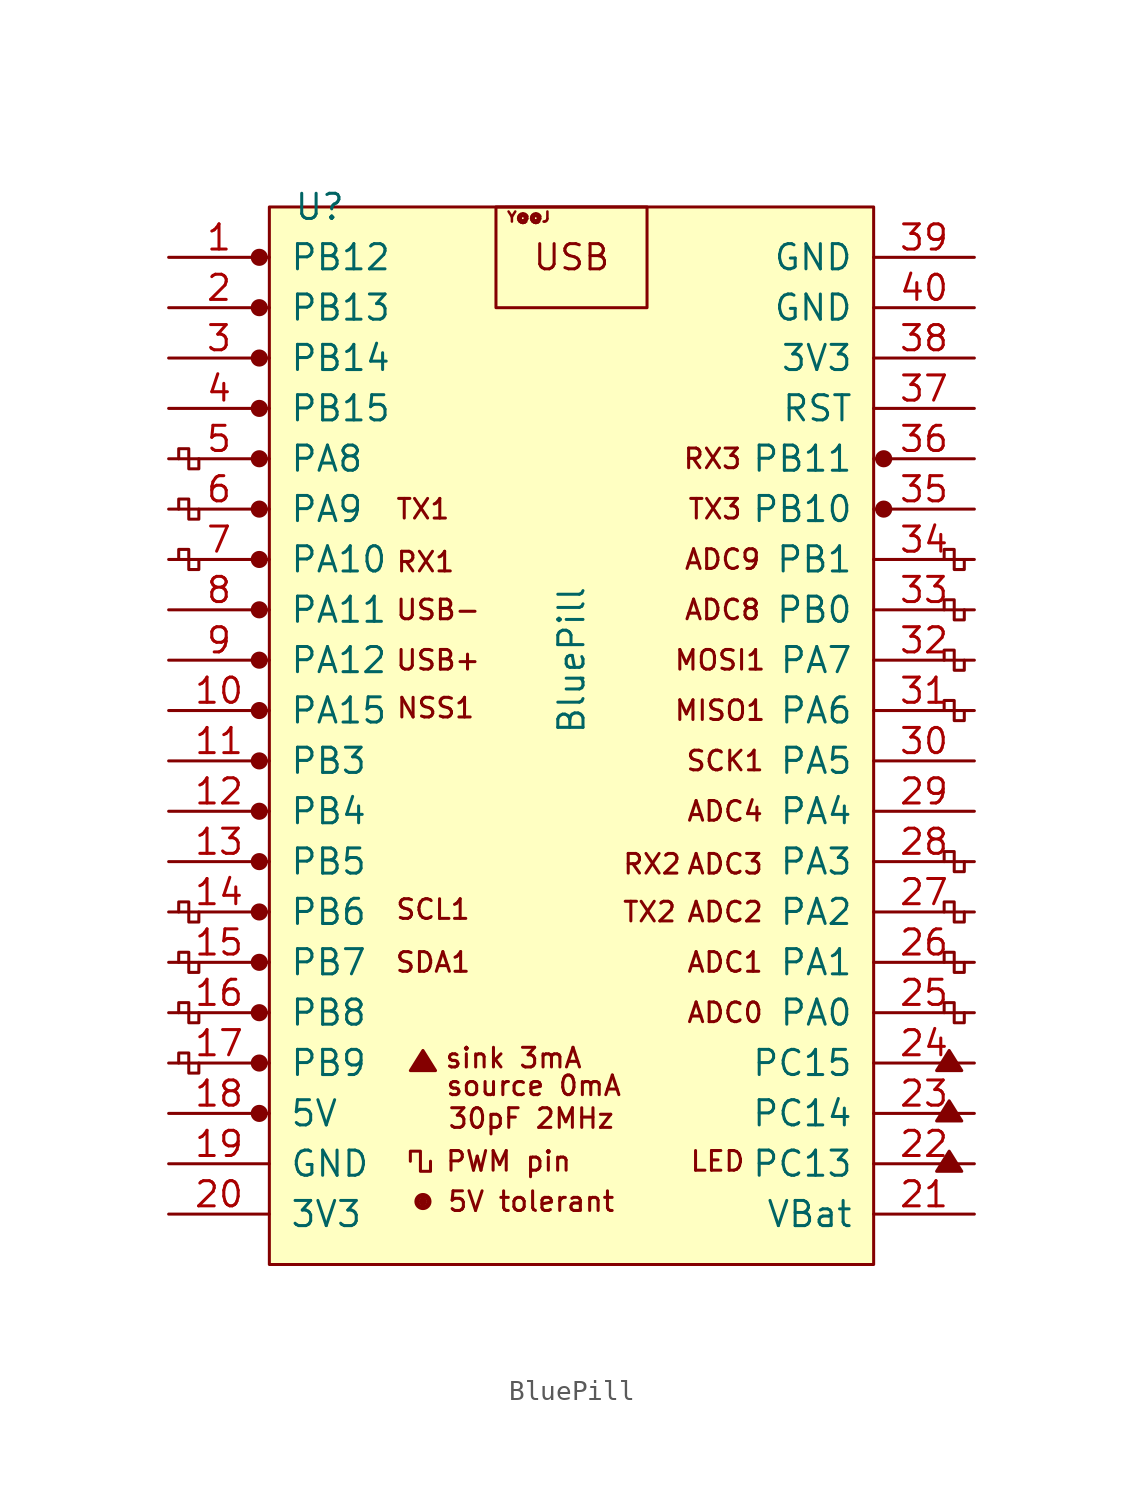
<source format=kicad_sym>
(kicad_symbol_lib
  (version 20211014)
  (generator kicad_symbol_editor)
  (symbol "BluePill"
    (pin_names
      (offset 1.016))
    (property "Reference" "U"
      (at -12.7 25.4 0)
      (effects (font (size 1.27 1.27))))
    (property "Value" "BluePill"
      (at 0 2.54 90)
      (effects (font (size 1.27 1.27))))
    (symbol "BluePill_0_0"
      (circle (center -15.748 -20.32) (radius 0.356) (stroke (width 0) (type default) (color 0 0 0 0)) (fill (type outline)))
      (circle (center -15.748 -17.78) (radius 0.356) (stroke (width 0) (type default) (color 0 0 0 0)) (fill (type outline)))
      (circle (center -15.748 -15.24) (radius 0.356) (stroke (width 0) (type default) (color 0 0 0 0)) (fill (type outline)))
      (circle (center -15.748 -12.7) (radius 0.356) (stroke (width 0) (type default) (color 0 0 0 0)) (fill (type outline)))
      (circle (center -15.748 -10.16) (radius 0.356) (stroke (width 0) (type default) (color 0 0 0 0)) (fill (type outline)))
      (circle (center -15.748 -7.62) (radius 0.356) (stroke (width 0) (type default) (color 0 0 0 0)) (fill (type outline)))
      (circle (center -15.748 -5.08) (radius 0.356) (stroke (width 0) (type default) (color 0 0 0 0)) (fill (type outline)))
      (circle (center -15.748 -2.54) (radius 0.356) (stroke (width 0) (type default) (color 0 0 0 0)) (fill (type outline)))
      (circle (center -15.748 0) (radius 0.356) (stroke (width 0) (type default) (color 0 0 0 0)) (fill (type outline)))
      (circle (center -15.748 2.54) (radius 0.356) (stroke (width 0) (type default) (color 0 0 0 0)) (fill (type outline)))
      (circle (center -15.748 5.08) (radius 0.356) (stroke (width 0) (type default) (color 0 0 0 0)) (fill (type outline)))
      (circle (center -15.748 7.62) (radius 0.356) (stroke (width 0) (type default) (color 0 0 0 0)) (fill (type outline)))
      (circle (center -15.748 10.16) (radius 0.356) (stroke (width 0) (type default) (color 0 0 0 0)) (fill (type outline)))
      (circle (center -15.748 12.7) (radius 0.356) (stroke (width 0) (type default) (color 0 0 0 0)) (fill (type outline)))
      (circle (center -15.748 15.24) (radius 0.356) (stroke (width 0) (type default) (color 0 0 0 0)) (fill (type outline)))
      (circle (center -15.748 17.78) (radius 0.356) (stroke (width 0) (type default) (color 0 0 0 0)) (fill (type outline)))
      (circle (center -15.748 22.86) (radius 0.356) (stroke (width 0) (type default) (color 0 0 0 0)) (fill (type outline)))
      (circle (center -7.493 -24.765) (radius 0.127) (stroke (width 0) (type default) (color 0 0 0 0)) (fill (type outline)))
      (circle (center -7.493 -24.765) (radius 0.254) (stroke (width 0) (type default) (color 0 0 0 0)) (fill (type none)))
      (circle (center -7.493 -24.765) (radius 0.356) (stroke (width 0) (type default) (color 0 0 0 0)) (fill (type none)))
      (polyline (pts (xy -8.128 -18.161) (xy -7.493 -17.145) (xy -6.858 -18.161) (xy -8.128 -18.161) (xy -7.493 -17.272) (xy -6.985 -18.161) (xy -8.001 -18.034) (xy -7.493 -17.399) (xy -7.112 -18.161) (xy -7.874 -17.907) (xy -7.366 -17.526) (xy -7.239 -18.161) (xy -7.747 -17.78) (xy -7.239 -17.653) (xy -7.366 -18.034) (xy -7.62 -17.78) (xy -7.366 -17.907) (xy -7.493 -17.653)) (stroke (width 0) (type default) (color 0 0 0 0)) (fill (type none)))
      (polyline (pts (xy 18.415 -23.241) (xy 19.05 -22.225) (xy 19.685 -23.241) (xy 18.415 -23.241) (xy 19.05 -22.352) (xy 19.558 -23.241) (xy 18.542 -23.114) (xy 19.05 -22.479) (xy 19.431 -23.241) (xy 18.669 -22.987) (xy 19.177 -22.606) (xy 19.304 -23.241) (xy 18.796 -22.86) (xy 19.304 -22.733) (xy 19.177 -23.114) (xy 18.923 -22.86) (xy 19.177 -22.987) (xy 19.05 -22.733)) (stroke (width 0) (type default) (color 0 0 0 0)) (fill (type none)))
      (polyline (pts (xy 18.415 -20.701) (xy 19.05 -19.685) (xy 19.685 -20.701) (xy 18.415 -20.701) (xy 19.05 -19.812) (xy 19.558 -20.701) (xy 18.542 -20.574) (xy 19.05 -19.939) (xy 19.431 -20.701) (xy 18.669 -20.447) (xy 19.177 -20.066) (xy 19.304 -20.701) (xy 18.796 -20.32) (xy 19.304 -20.193) (xy 19.177 -20.574) (xy 18.923 -20.32) (xy 19.177 -20.447) (xy 19.05 -20.193)) (stroke (width 0) (type default) (color 0 0 0 0)) (fill (type none)))
      (polyline (pts (xy 18.415 -18.161) (xy 19.05 -17.145) (xy 19.685 -18.161) (xy 18.415 -18.161) (xy 19.05 -17.272) (xy 19.558 -18.161) (xy 18.542 -18.034) (xy 19.05 -17.399) (xy 19.431 -18.161) (xy 18.669 -17.907) (xy 19.177 -17.526) (xy 19.304 -18.161) (xy 18.796 -17.78) (xy 19.304 -17.653) (xy 19.177 -18.034) (xy 18.923 -17.78) (xy 19.177 -17.907) (xy 19.05 -17.653)) (stroke (width 0) (type default) (color 0 0 0 0)) (fill (type none)))
      (circle (center 15.748 10.16) (radius 0.254) (stroke (width 0) (type default) (color 0 0 0 0)) (fill (type outline)))
      (circle (center 15.748 10.16) (radius 0.356) (stroke (width 0) (type default) (color 0 0 0 0)) (fill (type none)))
      (circle (center 15.748 12.7) (radius 0.254) (stroke (width 0) (type default) (color 0 0 0 0)) (fill (type outline)))
      (circle (center 15.748 12.7) (radius 0.356) (stroke (width 0) (type default) (color 0 0 0 0)) (fill (type none)))
      (text "30pF 2MHz" (at -2.032 -20.574 0) (effects (font (size 0.991 0.991))))
      (text "5V tolerant" (at -2.032 -24.765 0) (effects (font (size 0.991 0.991))))
      (text "ADC0" (at 7.747 -15.24 0) (effects (font (size 0.991 0.991))))
      (text "ADC1" (at 7.747 -12.7 0) (effects (font (size 0.991 0.991))))
      (text "ADC2" (at 7.747 -10.16 0) (effects (font (size 0.991 0.991))))
      (text "ADC3" (at 7.747 -7.747 0) (effects (font (size 0.991 0.991))))
      (text "ADC4" (at 7.747 -5.08 0) (effects (font (size 0.991 0.991))))
      (text "ADC8" (at 7.62 5.08 0) (effects (font (size 0.991 0.991))))
      (text "ADC9" (at 7.62 7.62 0) (effects (font (size 0.991 0.991))))
      (text "LED" (at 7.366 -22.733 0) (effects (font (size 0.991 0.991))))
      (text "MISO1" (at 7.493 0 0) (effects (font (size 0.991 0.991))))
      (text "MOSI1" (at 7.493 2.54 0) (effects (font (size 0.991 0.991))))
      (text "NSS1" (at -6.858 0.127 0) (effects (font (size 0.991 0.991))))
      (text "PWM pin" (at -3.175 -22.733 0) (effects (font (size 0.991 0.991))))
      (text "RX1" (at -7.366 7.493 0) (effects (font (size 0.991 0.991))))
      (text "RX2" (at 4.064 -7.747 0) (effects (font (size 0.991 0.991))))
      (text "RX3" (at 7.112 12.7 0) (effects (font (size 0.991 0.991))))
      (text "SCK1" (at 7.747 -2.54 0) (effects (font (size 0.991 0.991))))
      (text "SCL1" (at -6.985 -10.033 0) (effects (font (size 0.991 0.991))))
      (text "SDA1" (at -6.985 -12.7 0) (effects (font (size 0.991 0.991))))
      (text "sink 3mA" (at -2.921 -17.526 0) (effects (font (size 0.991 0.991))))
      (text "source 0mA" (at -1.905 -18.923 0) (effects (font (size 0.991 0.991))))
      (text "TX1" (at -7.493 10.16 0) (effects (font (size 0.991 0.991))))
      (text "TX2" (at 3.937 -10.16 0) (effects (font (size 0.991 0.991))))
      (text "TX3" (at 7.239 10.16 0) (effects (font (size 0.991 0.991))))
      (text "USB" (at 0 22.86 0) (effects (font (size 1.27 1.27))))
      (text "USB+" (at -6.731 2.54 0) (effects (font (size 0.991 0.991))))
      (text "USB-" (at -6.731 5.08 0) (effects (font (size 0.991 0.991))))
      (text "Y@@J" (at -2.159 24.892 0) (effects (font (size 0.508 0.508)))))
    (symbol "BluePill_0_1"
      (rectangle (start -15.24 25.4) (end 15.24 -27.94) (stroke (width 0) (type default) (color 0 0 0 0)) (fill (type background)))
      (polyline (pts (xy -18.796 -17.78) (xy -18.796 -18.288) (xy -19.304 -18.288) (xy -19.304 -17.272) (xy -19.812 -17.272) (xy -19.812 -17.78)) (stroke (width 0) (type default) (color 0 0 0 0)) (fill (type none)))
      (polyline (pts (xy -18.796 -15.24) (xy -18.796 -15.748) (xy -19.304 -15.748) (xy -19.304 -14.732) (xy -19.812 -14.732) (xy -19.812 -15.24)) (stroke (width 0) (type default) (color 0 0 0 0)) (fill (type none)))
      (polyline (pts (xy -18.796 -12.7) (xy -18.796 -13.208) (xy -19.304 -13.208) (xy -19.304 -12.192) (xy -19.812 -12.192) (xy -19.812 -12.7)) (stroke (width 0) (type default) (color 0 0 0 0)) (fill (type none)))
      (polyline (pts (xy -18.796 -10.16) (xy -18.796 -10.668) (xy -19.304 -10.668) (xy -19.304 -9.652) (xy -19.812 -9.652) (xy -19.812 -10.16)) (stroke (width 0) (type default) (color 0 0 0 0)) (fill (type none)))
      (polyline (pts (xy -18.796 7.62) (xy -18.796 7.112) (xy -19.304 7.112) (xy -19.304 8.128) (xy -19.812 8.128) (xy -19.812 7.62)) (stroke (width 0) (type default) (color 0 0 0 0)) (fill (type none)))
      (polyline (pts (xy -18.796 10.16) (xy -18.796 9.652) (xy -19.304 9.652) (xy -19.304 10.668) (xy -19.812 10.668) (xy -19.812 10.16)) (stroke (width 0) (type default) (color 0 0 0 0)) (fill (type none)))
      (polyline (pts (xy -18.796 12.7) (xy -18.796 12.192) (xy -19.304 12.192) (xy -19.304 13.208) (xy -19.812 13.208) (xy -19.812 12.7)) (stroke (width 0) (type default) (color 0 0 0 0)) (fill (type none)))
      (polyline (pts (xy -7.112 -22.733) (xy -7.112 -23.241) (xy -7.62 -23.241) (xy -7.62 -22.225) (xy -8.128 -22.225) (xy -8.128 -22.733)) (stroke (width 0) (type default) (color 0 0 0 0)) (fill (type none)))
      (polyline (pts (xy 19.812 -15.24) (xy 19.812 -15.748) (xy 19.304 -15.748) (xy 19.304 -14.732) (xy 18.796 -14.732) (xy 18.796 -15.24)) (stroke (width 0) (type default) (color 0 0 0 0)) (fill (type none)))
      (polyline (pts (xy 19.812 -12.7) (xy 19.812 -13.208) (xy 19.304 -13.208) (xy 19.304 -12.192) (xy 18.796 -12.192) (xy 18.796 -12.7)) (stroke (width 0) (type default) (color 0 0 0 0)) (fill (type none)))
      (polyline (pts (xy 19.812 -10.16) (xy 19.812 -10.668) (xy 19.304 -10.668) (xy 19.304 -9.652) (xy 18.796 -9.652) (xy 18.796 -10.16)) (stroke (width 0) (type default) (color 0 0 0 0)) (fill (type none)))
      (polyline (pts (xy 19.812 -7.62) (xy 19.812 -8.128) (xy 19.304 -8.128) (xy 19.304 -7.112) (xy 18.796 -7.112) (xy 18.796 -7.62)) (stroke (width 0) (type default) (color 0 0 0 0)) (fill (type none)))
      (polyline (pts (xy 19.812 0) (xy 19.812 -0.508) (xy 19.304 -0.508) (xy 19.304 0.508) (xy 18.796 0.508) (xy 18.796 0)) (stroke (width 0) (type default) (color 0 0 0 0)) (fill (type none)))
      (polyline (pts (xy 19.812 2.54) (xy 19.812 2.032) (xy 19.304 2.032) (xy 19.304 3.048) (xy 18.796 3.048) (xy 18.796 2.54)) (stroke (width 0) (type default) (color 0 0 0 0)) (fill (type none)))
      (polyline (pts (xy 19.812 5.08) (xy 19.812 4.572) (xy 19.304 4.572) (xy 19.304 5.588) (xy 18.796 5.588) (xy 18.796 5.08)) (stroke (width 0) (type default) (color 0 0 0 0)) (fill (type none)))
      (polyline (pts (xy 19.812 7.62) (xy 19.812 7.112) (xy 19.304 7.112) (xy 19.304 8.128) (xy 18.796 8.128) (xy 18.796 7.62)) (stroke (width 0) (type default) (color 0 0 0 0)) (fill (type none)))
      (rectangle (start 3.81 25.4) (end -3.81 20.32) (stroke (width 0) (type default) (color 0 0 0 0)) (fill (type none))))
    (symbol "BluePill_1_1"
      (circle (center -15.748 20.32) (radius 0.356) (stroke (width 0) (type default) (color 0 0 0 0)) (fill (type outline)))
      (pin bidirectional line (at -20.32 22.86 0) (length 5.08) (name "PB12" (effects (font (size 1.27 1.27)))) (number "1" (effects (font (size 1.27 1.27)))))
      (pin bidirectional line (at -20.32 0 0) (length 5.08) (name "PA15" (effects (font (size 1.27 1.27)))) (number "10" (effects (font (size 1.27 1.27)))))
      (pin bidirectional line (at -20.32 -2.54 0) (length 5.08) (name "PB3" (effects (font (size 1.27 1.27)))) (number "11" (effects (font (size 1.27 1.27)))))
      (pin bidirectional line (at -20.32 -5.08 0) (length 5.08) (name "PB4" (effects (font (size 1.27 1.27)))) (number "12" (effects (font (size 1.27 1.27)))))
      (pin bidirectional line (at -20.32 -7.62 0) (length 5.08) (name "PB5" (effects (font (size 1.27 1.27)))) (number "13" (effects (font (size 1.27 1.27)))))
      (pin bidirectional line (at -20.32 -10.16 0) (length 5.08) (name "PB6" (effects (font (size 1.27 1.27)))) (number "14" (effects (font (size 1.27 1.27)))))
      (pin bidirectional line (at -20.32 -12.7 0) (length 5.08) (name "PB7" (effects (font (size 1.27 1.27)))) (number "15" (effects (font (size 1.27 1.27)))))
      (pin bidirectional line (at -20.32 -15.24 0) (length 5.08) (name "PB8" (effects (font (size 1.27 1.27)))) (number "16" (effects (font (size 1.27 1.27)))))
      (pin bidirectional line (at -20.32 -17.78 0) (length 5.08) (name "PB9" (effects (font (size 1.27 1.27)))) (number "17" (effects (font (size 1.27 1.27)))))
      (pin power_in line (at -20.32 -20.32 0) (length 5.08) (name "5V" (effects (font (size 1.27 1.27)))) (number "18" (effects (font (size 1.27 1.27)))))
      (pin power_in line (at -20.32 -22.86 0) (length 5.08) (name "GND" (effects (font (size 1.27 1.27)))) (number "19" (effects (font (size 1.27 1.27)))))
      (pin bidirectional line (at -20.32 20.32 0) (length 5.08) (name "PB13" (effects (font (size 1.27 1.27)))) (number "2" (effects (font (size 1.27 1.27)))))
      (pin power_in line (at -20.32 -25.4 0) (length 5.08) (name "3V3" (effects (font (size 1.27 1.27)))) (number "20" (effects (font (size 1.27 1.27)))))
      (pin power_in line (at 20.32 -25.4 180) (length 5.08) (name "VBat" (effects (font (size 1.27 1.27)))) (number "21" (effects (font (size 1.27 1.27)))))
      (pin bidirectional line (at 20.32 -22.86 180) (length 5.08) (name "PC13" (effects (font (size 1.27 1.27)))) (number "22" (effects (font (size 1.27 1.27)))))
      (pin bidirectional line (at 20.32 -20.32 180) (length 5.08) (name "PC14" (effects (font (size 1.27 1.27)))) (number "23" (effects (font (size 1.27 1.27)))))
      (pin bidirectional line (at 20.32 -17.78 180) (length 5.08) (name "PC15" (effects (font (size 1.27 1.27)))) (number "24" (effects (font (size 1.27 1.27)))))
      (pin bidirectional line (at 20.32 -15.24 180) (length 5.08) (name "PA0" (effects (font (size 1.27 1.27)))) (number "25" (effects (font (size 1.27 1.27)))))
      (pin bidirectional line (at 20.32 -12.7 180) (length 5.08) (name "PA1" (effects (font (size 1.27 1.27)))) (number "26" (effects (font (size 1.27 1.27)))))
      (pin bidirectional line (at 20.32 -10.16 180) (length 5.08) (name "PA2" (effects (font (size 1.27 1.27)))) (number "27" (effects (font (size 1.27 1.27)))))
      (pin bidirectional line (at 20.32 -7.62 180) (length 5.08) (name "PA3" (effects (font (size 1.27 1.27)))) (number "28" (effects (font (size 1.27 1.27)))))
      (pin bidirectional line (at 20.32 -5.08 180) (length 5.08) (name "PA4" (effects (font (size 1.27 1.27)))) (number "29" (effects (font (size 1.27 1.27)))))
      (pin bidirectional line (at -20.32 17.78 0) (length 5.08) (name "PB14" (effects (font (size 1.27 1.27)))) (number "3" (effects (font (size 1.27 1.27)))))
      (pin bidirectional line (at 20.32 -2.54 180) (length 5.08) (name "PA5" (effects (font (size 1.27 1.27)))) (number "30" (effects (font (size 1.27 1.27)))))
      (pin bidirectional line (at 20.32 0 180) (length 5.08) (name "PA6" (effects (font (size 1.27 1.27)))) (number "31" (effects (font (size 1.27 1.27)))))
      (pin bidirectional line (at 20.32 2.54 180) (length 5.08) (name "PA7" (effects (font (size 1.27 1.27)))) (number "32" (effects (font (size 1.27 1.27)))))
      (pin bidirectional line (at 20.32 5.08 180) (length 5.08) (name "PB0" (effects (font (size 1.27 1.27)))) (number "33" (effects (font (size 1.27 1.27)))))
      (pin bidirectional line (at 20.32 7.62 180) (length 5.08) (name "PB1" (effects (font (size 1.27 1.27)))) (number "34" (effects (font (size 1.27 1.27)))))
      (pin bidirectional line (at 20.32 10.16 180) (length 5.08) (name "PB10" (effects (font (size 1.27 1.27)))) (number "35" (effects (font (size 1.27 1.27)))))
      (pin bidirectional line (at 20.32 12.7 180) (length 5.08) (name "PB11" (effects (font (size 1.27 1.27)))) (number "36" (effects (font (size 1.27 1.27)))))
      (pin input line (at 20.32 15.24 180) (length 5.08) (name "RST" (effects (font (size 1.27 1.27)))) (number "37" (effects (font (size 1.27 1.27)))))
      (pin power_in line (at 20.32 17.78 180) (length 5.08) (name "3V3" (effects (font (size 1.27 1.27)))) (number "38" (effects (font (size 1.27 1.27)))))
      (pin power_in line (at 20.32 22.86 180) (length 5.08) (name "GND" (effects (font (size 1.27 1.27)))) (number "39" (effects (font (size 1.27 1.27)))))
      (pin bidirectional line (at -20.32 15.24 0) (length 5.08) (name "PB15" (effects (font (size 1.27 1.27)))) (number "4" (effects (font (size 1.27 1.27)))))
      (pin power_in line (at 20.32 20.32 180) (length 5.08) (name "GND" (effects (font (size 1.27 1.27)))) (number "40" (effects (font (size 1.27 1.27)))))
      (pin bidirectional line (at -20.32 12.7 0) (length 5.08) (name "PA8" (effects (font (size 1.27 1.27)))) (number "5" (effects (font (size 1.27 1.27)))))
      (pin bidirectional line (at -20.32 10.16 0) (length 5.08) (name "PA9" (effects (font (size 1.27 1.27)))) (number "6" (effects (font (size 1.27 1.27)))))
      (pin bidirectional line (at -20.32 7.62 0) (length 5.08) (name "PA10" (effects (font (size 1.27 1.27)))) (number "7" (effects (font (size 1.27 1.27)))))
      (pin bidirectional line (at -20.32 5.08 0) (length 5.08) (name "PA11" (effects (font (size 1.27 1.27)))) (number "8" (effects (font (size 1.27 1.27)))))
      (pin bidirectional line (at -20.32 2.54 0) (length 5.08) (name "PA12" (effects (font (size 1.27 1.27)))) (number "9" (effects (font (size 1.27 1.27))))))))
</source>
